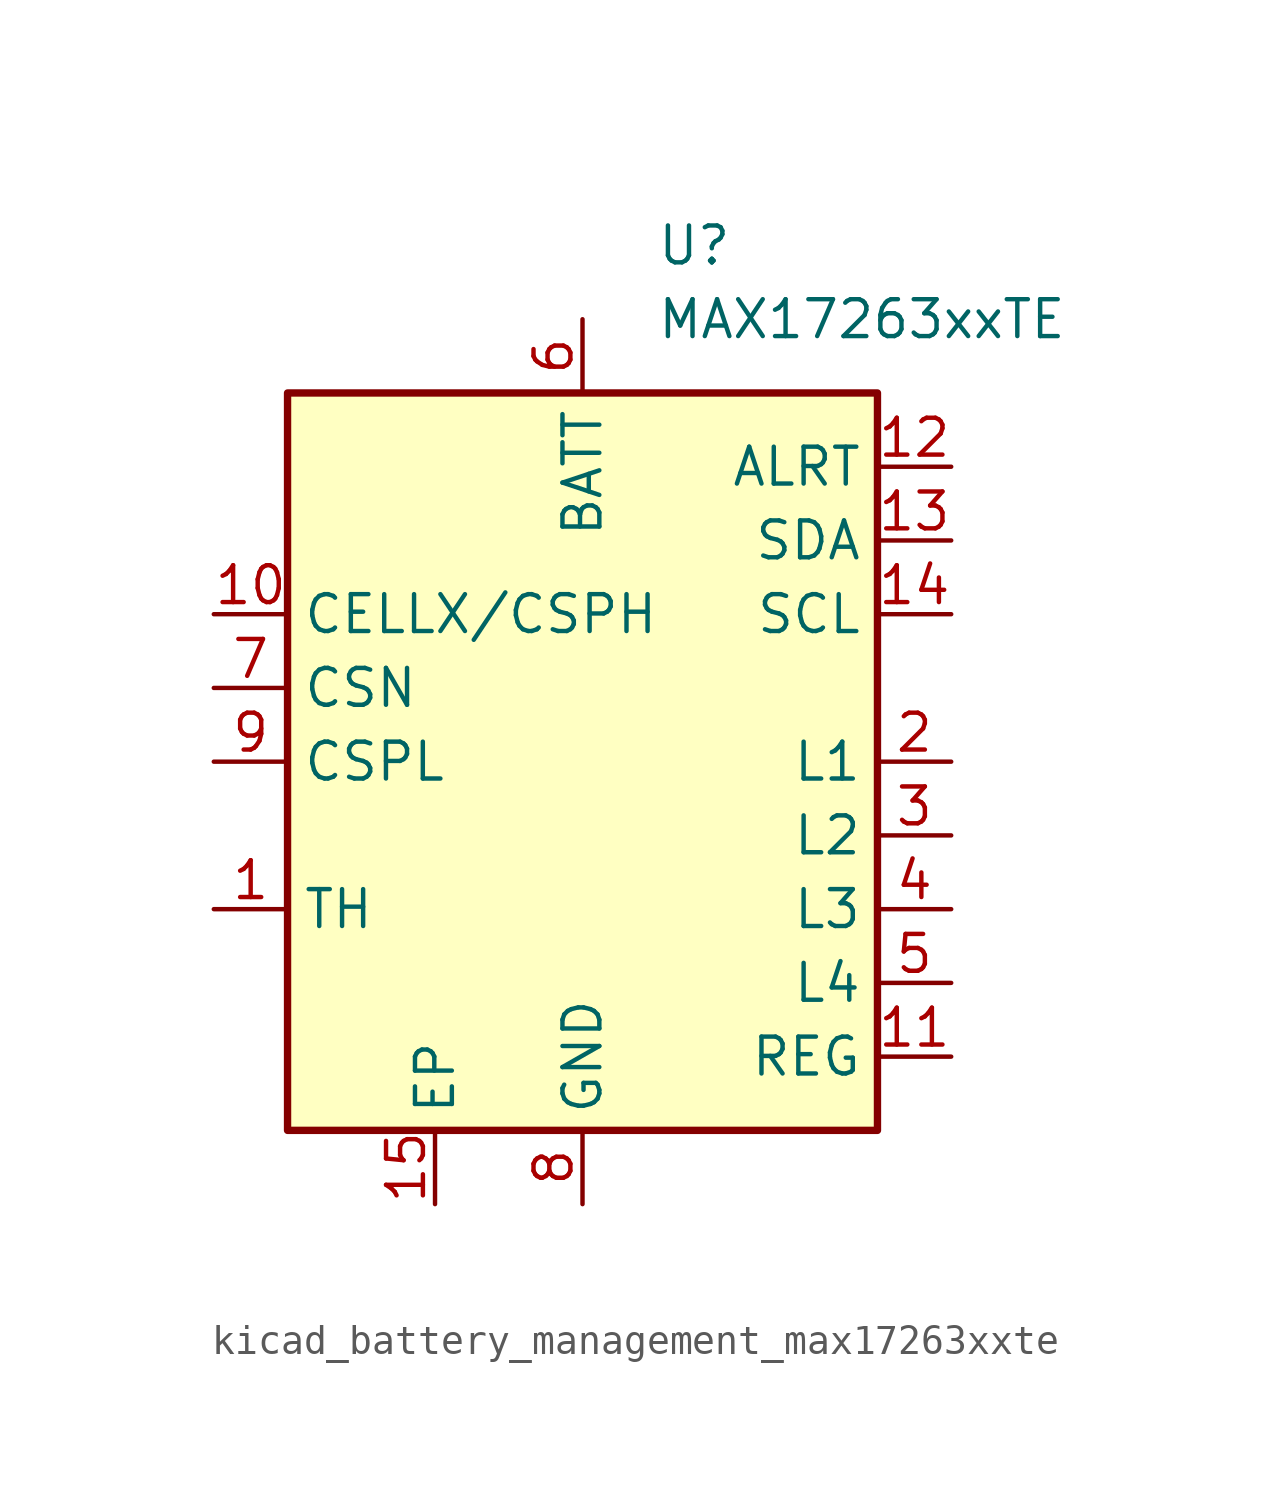
<source format=kicad_sym>
(kicad_symbol_lib
  (version 20220914)
  (generator kicad_symbol_editor)
  (symbol "kicad_battery_management_max17263xxte"
    (property "Reference" "U"
      (at 2.54 17.78 0)
      (effects (font (size 1.27 1.27)) (justify left)))
    (property "Value" "MAX17263xxTE"
      (at 2.54 15.24 0)
      (effects (font (size 1.27 1.27)) (justify left)))
    (symbol "kicad_battery_management_max17263xxte_0_1"
      (rectangle (start -10.16 12.7) (end 10.16 -12.7) (stroke (width 0.254) (type default)) (fill (type background))))
    (symbol "kicad_battery_management_max17263xxte_1_1"
      (pin passive line (at -12.7 -5.08 0) (length 2.54) (name "TH" (effects (font (size 1.27 1.27)))) (number "1" (effects (font (size 1.27 1.27)))))
      (pin input line (at -12.7 5.08 0) (length 2.54) (name "CELLX/CSPH" (effects (font (size 1.27 1.27)))) (number "10" (effects (font (size 1.27 1.27)))))
      (pin power_out line (at 12.7 -10.16 180) (length 2.54) (name "REG" (effects (font (size 1.27 1.27)))) (number "11" (effects (font (size 1.27 1.27)))))
      (pin open_collector line (at 12.7 10.16 180) (length 2.54) (name "ALRT" (effects (font (size 1.27 1.27)))) (number "12" (effects (font (size 1.27 1.27)))))
      (pin bidirectional line (at 12.7 7.62 180) (length 2.54) (name "SDA" (effects (font (size 1.27 1.27)))) (number "13" (effects (font (size 1.27 1.27)))))
      (pin input line (at 12.7 5.08 180) (length 2.54) (name "SCL" (effects (font (size 1.27 1.27)))) (number "14" (effects (font (size 1.27 1.27)))))
      (pin passive line (at -5.08 -15.24 90) (length 2.54) (name "EP" (effects (font (size 1.27 1.27)))) (number "15" (effects (font (size 1.27 1.27)))))
      (pin bidirectional line (at 12.7 0 180) (length 2.54) (name "L1" (effects (font (size 1.27 1.27)))) (number "2" (effects (font (size 1.27 1.27)))))
      (pin output line (at 12.7 -2.54 180) (length 2.54) (name "L2" (effects (font (size 1.27 1.27)))) (number "3" (effects (font (size 1.27 1.27)))))
      (pin output line (at 12.7 -5.08 180) (length 2.54) (name "L3" (effects (font (size 1.27 1.27)))) (number "4" (effects (font (size 1.27 1.27)))))
      (pin output line (at 12.7 -7.62 180) (length 2.54) (name "L4" (effects (font (size 1.27 1.27)))) (number "5" (effects (font (size 1.27 1.27)))))
      (pin power_in line (at 0 15.24 270) (length 2.54) (name "BATT" (effects (font (size 1.27 1.27)))) (number "6" (effects (font (size 1.27 1.27)))))
      (pin input line (at -12.7 2.54 0) (length 2.54) (name "CSN" (effects (font (size 1.27 1.27)))) (number "7" (effects (font (size 1.27 1.27)))))
      (pin power_in line (at 0 -15.24 90) (length 2.54) (name "GND" (effects (font (size 1.27 1.27)))) (number "8" (effects (font (size 1.27 1.27)))))
      (pin input line (at -12.7 0 0) (length 2.54) (name "CSPL" (effects (font (size 1.27 1.27)))) (number "9" (effects (font (size 1.27 1.27))))))))
</source>
